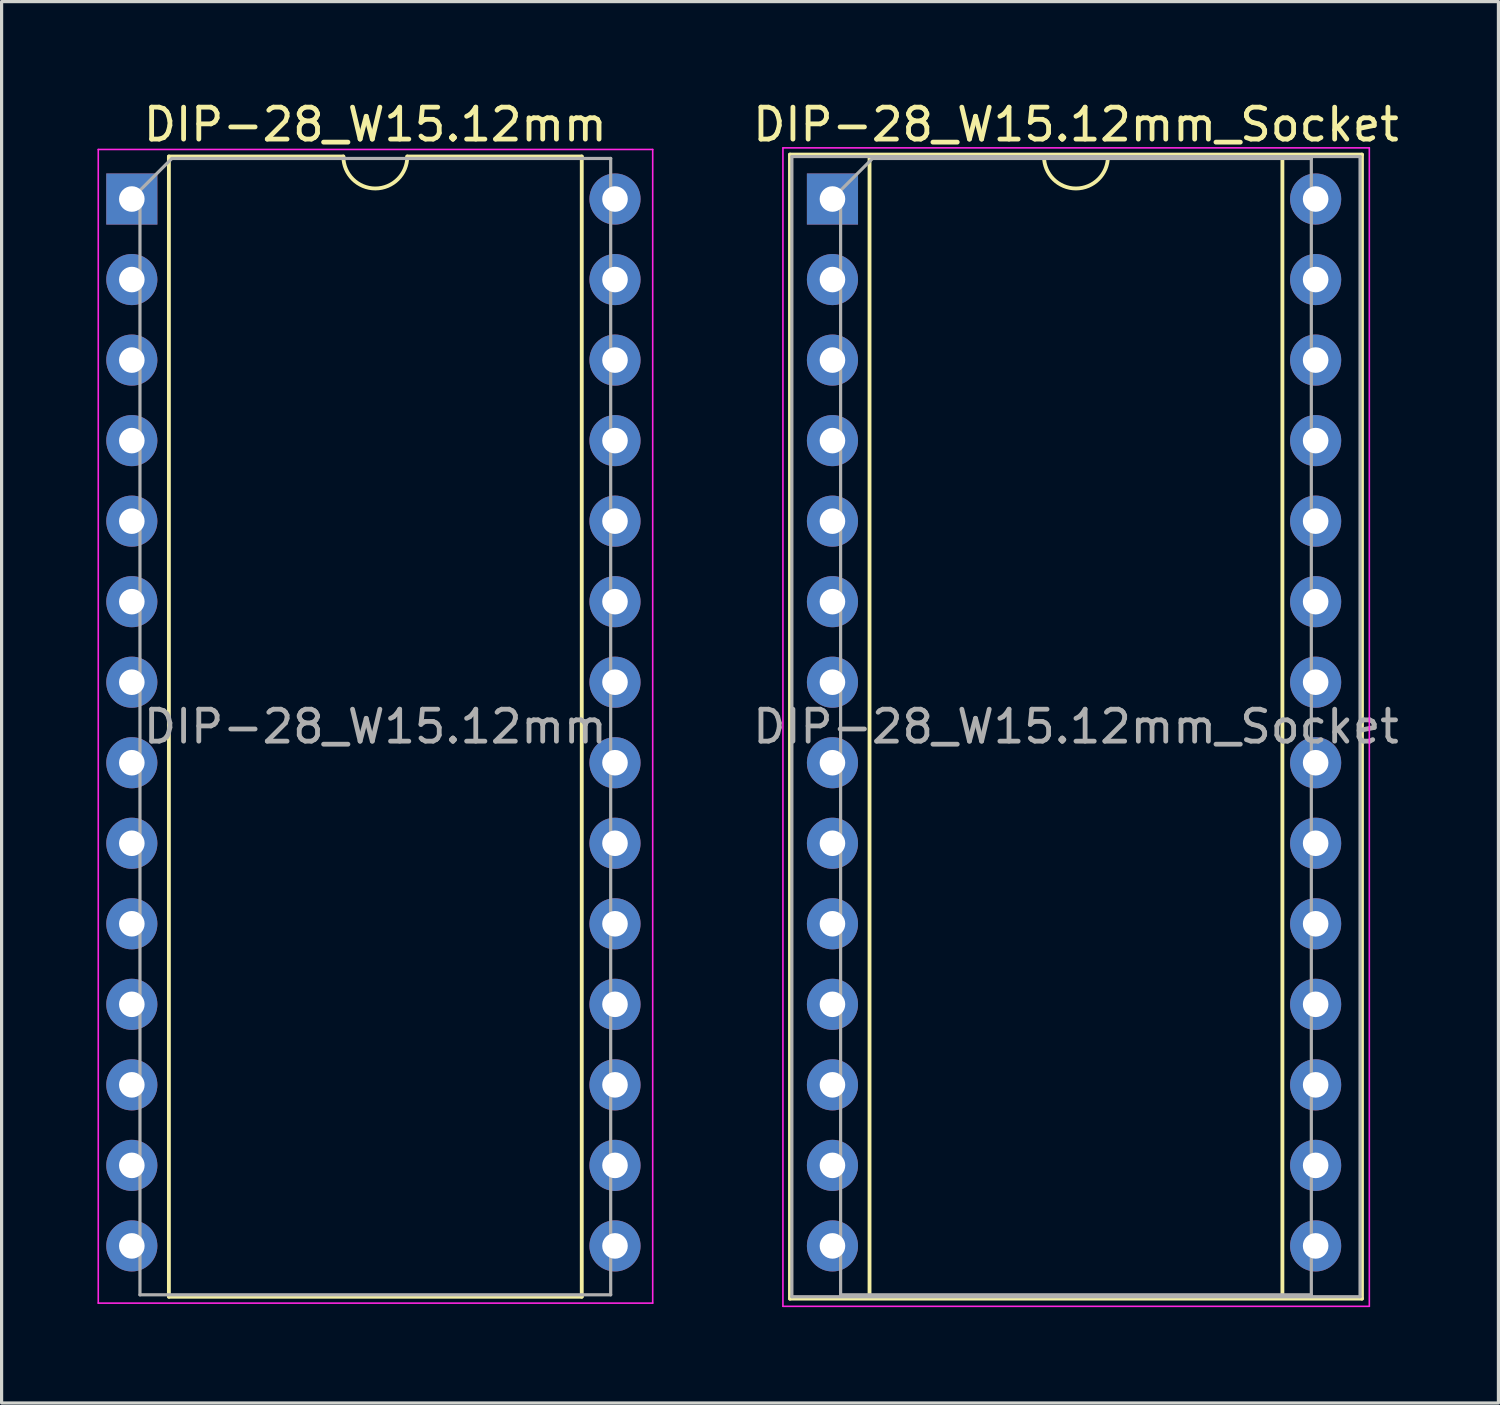
<source format=kicad_pcb>
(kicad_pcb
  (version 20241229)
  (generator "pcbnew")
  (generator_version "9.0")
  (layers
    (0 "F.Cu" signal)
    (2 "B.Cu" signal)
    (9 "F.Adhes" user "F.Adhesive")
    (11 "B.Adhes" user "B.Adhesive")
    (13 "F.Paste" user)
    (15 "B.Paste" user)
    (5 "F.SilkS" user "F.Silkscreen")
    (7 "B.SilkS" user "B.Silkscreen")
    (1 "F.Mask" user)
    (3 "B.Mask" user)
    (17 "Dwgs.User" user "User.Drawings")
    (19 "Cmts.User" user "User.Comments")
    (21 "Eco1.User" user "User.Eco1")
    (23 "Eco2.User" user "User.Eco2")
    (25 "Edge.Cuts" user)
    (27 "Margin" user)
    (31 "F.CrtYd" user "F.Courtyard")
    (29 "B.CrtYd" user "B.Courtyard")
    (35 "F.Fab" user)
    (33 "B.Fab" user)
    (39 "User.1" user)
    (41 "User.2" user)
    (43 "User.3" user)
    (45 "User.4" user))
  (footprint "DIP-28_W15.12mm_Socket"
    (layer "F.Cu")
    (at 23 3.178)
    (property "Reference" "DIP-28_W15.12mm_Socket" (at 7.62 -2.33 0) (layer "F.SilkS") (effects (font (size 1 1) (thickness 0.15))))
    (attr through_hole)
    (fp_line (start -1.33 -1.39) (end -1.33 34.41) (stroke (width 0.12) (type solid)) (layer "F.SilkS"))
    (fp_line (start -1.33 34.41) (end 16.57 34.41) (stroke (width 0.12) (type solid)) (layer "F.SilkS"))
    (fp_line (start 1.16 -1.33) (end 1.16 34.35) (stroke (width 0.12) (type solid)) (layer "F.SilkS"))
    (fp_line (start 1.16 34.35) (end 14.08 34.35) (stroke (width 0.12) (type solid)) (layer "F.SilkS"))
    (fp_line (start 6.62 -1.33) (end 1.16 -1.33) (stroke (width 0.12) (type solid)) (layer "F.SilkS"))
    (fp_line (start 14.08 -1.33) (end 8.62 -1.33) (stroke (width 0.12) (type solid)) (layer "F.SilkS"))
    (fp_line (start 14.08 34.35) (end 14.08 -1.33) (stroke (width 0.12) (type solid)) (layer "F.SilkS"))
    (fp_line (start 16.57 -1.39) (end -1.33 -1.39) (stroke (width 0.12) (type solid)) (layer "F.SilkS"))
    (fp_line (start 16.57 34.41) (end 16.57 -1.39) (stroke (width 0.12) (type solid)) (layer "F.SilkS"))
    (fp_arc (start 8.62 -1.33) (mid 7.62 -0.33) (end 6.62 -1.33) (stroke (width 0.12) (type solid)) (layer "F.SilkS"))
    (fp_line (start -1.55 -1.6) (end -1.55 34.65) (stroke (width 0.05) (type solid)) (layer "F.CrtYd"))
    (fp_line (start -1.55 34.65) (end 16.8 34.65) (stroke (width 0.05) (type solid)) (layer "F.CrtYd"))
    (fp_line (start 16.8 -1.6) (end -1.55 -1.6) (stroke (width 0.05) (type solid)) (layer "F.CrtYd"))
    (fp_line (start 16.8 34.65) (end 16.8 -1.6) (stroke (width 0.05) (type solid)) (layer "F.CrtYd"))
    (fp_line (start -1.27 -1.33) (end -1.27 34.35) (stroke (width 0.1) (type solid)) (layer "F.Fab"))
    (fp_line (start -1.27 34.35) (end 16.51 34.35) (stroke (width 0.1) (type solid)) (layer "F.Fab"))
    (fp_line (start 0.255 -0.27) (end 1.255 -1.27) (stroke (width 0.1) (type solid)) (layer "F.Fab"))
    (fp_line (start 0.255 34.29) (end 0.255 -0.27) (stroke (width 0.1) (type solid)) (layer "F.Fab"))
    (fp_line (start 1.255 -1.27) (end 14.985 -1.27) (stroke (width 0.1) (type solid)) (layer "F.Fab"))
    (fp_line (start 14.985 -1.27) (end 14.985 34.29) (stroke (width 0.1) (type solid)) (layer "F.Fab"))
    (fp_line (start 14.985 34.29) (end 0.255 34.29) (stroke (width 0.1) (type solid)) (layer "F.Fab"))
    (fp_line (start 16.51 -1.33) (end -1.27 -1.33) (stroke (width 0.1) (type solid)) (layer "F.Fab"))
    (fp_line (start 16.51 34.35) (end 16.51 -1.33) (stroke (width 0.1) (type solid)) (layer "F.Fab"))
    (fp_text user "${REFERENCE}" (at 7.62 16.51 0) (layer "F.Fab") (effects (font (size 1 1) (thickness 0.15))))
    (pad "1" thru_hole rect (at 0 0) (size 1.6 1.6) (drill 0.8) (layers "*.Cu" "*.Mask"))
    (pad "2" thru_hole oval (at 0 2.52) (size 1.6 1.6) (drill 0.8) (layers "*.Cu" "*.Mask"))
    (pad "3" thru_hole oval (at 0 5.04) (size 1.6 1.6) (drill 0.8) (layers "*.Cu" "*.Mask"))
    (pad "4" thru_hole oval (at 0 7.56) (size 1.6 1.6) (drill 0.8) (layers "*.Cu" "*.Mask"))
    (pad "5" thru_hole oval (at 0 10.08) (size 1.6 1.6) (drill 0.8) (layers "*.Cu" "*.Mask"))
    (pad "6" thru_hole oval (at 0 12.6) (size 1.6 1.6) (drill 0.8) (layers "*.Cu" "*.Mask"))
    (pad "7" thru_hole oval (at 0 15.12) (size 1.6 1.6) (drill 0.8) (layers "*.Cu" "*.Mask"))
    (pad "8" thru_hole oval (at 0 17.64) (size 1.6 1.6) (drill 0.8) (layers "*.Cu" "*.Mask"))
    (pad "9" thru_hole oval (at 0 20.16) (size 1.6 1.6) (drill 0.8) (layers "*.Cu" "*.Mask"))
    (pad "10" thru_hole oval (at 0 22.68) (size 1.6 1.6) (drill 0.8) (layers "*.Cu" "*.Mask"))
    (pad "11" thru_hole oval (at 0 25.2) (size 1.6 1.6) (drill 0.8) (layers "*.Cu" "*.Mask"))
    (pad "12" thru_hole oval (at 0 27.72) (size 1.6 1.6) (drill 0.8) (layers "*.Cu" "*.Mask"))
    (pad "13" thru_hole oval (at 0 30.24) (size 1.6 1.6) (drill 0.8) (layers "*.Cu" "*.Mask"))
    (pad "14" thru_hole oval (at 0 32.76) (size 1.6 1.6) (drill 0.8) (layers "*.Cu" "*.Mask"))
    (pad "15" thru_hole oval (at 15.12 32.76) (size 1.6 1.6) (drill 0.8) (layers "*.Cu" "*.Mask"))
    (pad "16" thru_hole oval (at 15.12 30.24) (size 1.6 1.6) (drill 0.8) (layers "*.Cu" "*.Mask"))
    (pad "17" thru_hole oval (at 15.12 27.72) (size 1.6 1.6) (drill 0.8) (layers "*.Cu" "*.Mask"))
    (pad "18" thru_hole oval (at 15.12 25.2) (size 1.6 1.6) (drill 0.8) (layers "*.Cu" "*.Mask"))
    (pad "19" thru_hole oval (at 15.12 22.68) (size 1.6 1.6) (drill 0.8) (layers "*.Cu" "*.Mask"))
    (pad "20" thru_hole oval (at 15.12 20.16) (size 1.6 1.6) (drill 0.8) (layers "*.Cu" "*.Mask"))
    (pad "21" thru_hole oval (at 15.12 17.64) (size 1.6 1.6) (drill 0.8) (layers "*.Cu" "*.Mask"))
    (pad "22" thru_hole oval (at 15.12 15.12) (size 1.6 1.6) (drill 0.8) (layers "*.Cu" "*.Mask"))
    (pad "23" thru_hole oval (at 15.12 12.6) (size 1.6 1.6) (drill 0.8) (layers "*.Cu" "*.Mask"))
    (pad "24" thru_hole oval (at 15.12 10.08) (size 1.6 1.6) (drill 0.8) (layers "*.Cu" "*.Mask"))
    (pad "25" thru_hole oval (at 15.12 7.56) (size 1.6 1.6) (drill 0.8) (layers "*.Cu" "*.Mask"))
    (pad "26" thru_hole oval (at 15.12 5.04) (size 1.6 1.6) (drill 0.8) (layers "*.Cu" "*.Mask"))
    (pad "27" thru_hole oval (at 15.12 2.52) (size 1.6 1.6) (drill 0.8) (layers "*.Cu" "*.Mask"))
    (pad "28" thru_hole oval (at 15.12 0) (size 1.6 1.6) (drill 0.8) (layers "*.Cu" "*.Mask")))
  (footprint "DIP-28_W15.12mm"
    (layer "F.Cu")
    (at 1.075 3.178)
    (property "Reference" "DIP-28_W15.12mm" (at 7.62 -2.33 0) (layer "F.SilkS") (effects (font (size 1 1) (thickness 0.15))))
    (attr through_hole)
    (fp_line (start 1.16 -1.33) (end 1.16 34.35) (stroke (width 0.12) (type solid)) (layer "F.SilkS"))
    (fp_line (start 1.16 34.35) (end 14.08 34.35) (stroke (width 0.12) (type solid)) (layer "F.SilkS"))
    (fp_line (start 6.62 -1.33) (end 1.16 -1.33) (stroke (width 0.12) (type solid)) (layer "F.SilkS"))
    (fp_line (start 14.08 -1.33) (end 8.62 -1.33) (stroke (width 0.12) (type solid)) (layer "F.SilkS"))
    (fp_line (start 14.08 34.35) (end 14.08 -1.33) (stroke (width 0.12) (type solid)) (layer "F.SilkS"))
    (fp_arc (start 8.62 -1.33) (mid 7.62 -0.33) (end 6.62 -1.33) (stroke (width 0.12) (type solid)) (layer "F.SilkS"))
    (fp_line (start -1.05 -1.55) (end -1.05 34.55) (stroke (width 0.05) (type solid)) (layer "F.CrtYd"))
    (fp_line (start -1.05 34.55) (end 16.3 34.55) (stroke (width 0.05) (type solid)) (layer "F.CrtYd"))
    (fp_line (start 16.3 -1.55) (end -1.05 -1.55) (stroke (width 0.05) (type solid)) (layer "F.CrtYd"))
    (fp_line (start 16.3 34.55) (end 16.3 -1.55) (stroke (width 0.05) (type solid)) (layer "F.CrtYd"))
    (fp_line (start 0.255 -0.27) (end 1.255 -1.27) (stroke (width 0.1) (type solid)) (layer "F.Fab"))
    (fp_line (start 0.255 34.29) (end 0.255 -0.27) (stroke (width 0.1) (type solid)) (layer "F.Fab"))
    (fp_line (start 1.255 -1.27) (end 14.985 -1.27) (stroke (width 0.1) (type solid)) (layer "F.Fab"))
    (fp_line (start 14.985 -1.27) (end 14.985 34.29) (stroke (width 0.1) (type solid)) (layer "F.Fab"))
    (fp_line (start 14.985 34.29) (end 0.255 34.29) (stroke (width 0.1) (type solid)) (layer "F.Fab"))
    (fp_text user "${REFERENCE}" (at 7.62 16.51 0) (layer "F.Fab") (effects (font (size 1 1) (thickness 0.15))))
    (pad "1" thru_hole rect (at 0 0) (size 1.6 1.6) (drill 0.8) (layers "*.Cu" "*.Mask"))
    (pad "2" thru_hole oval (at 0 2.52) (size 1.6 1.6) (drill 0.8) (layers "*.Cu" "*.Mask"))
    (pad "3" thru_hole oval (at 0 5.04) (size 1.6 1.6) (drill 0.8) (layers "*.Cu" "*.Mask"))
    (pad "4" thru_hole oval (at 0 7.56) (size 1.6 1.6) (drill 0.8) (layers "*.Cu" "*.Mask"))
    (pad "5" thru_hole oval (at 0 10.08) (size 1.6 1.6) (drill 0.8) (layers "*.Cu" "*.Mask"))
    (pad "6" thru_hole oval (at 0 12.6) (size 1.6 1.6) (drill 0.8) (layers "*.Cu" "*.Mask"))
    (pad "7" thru_hole oval (at 0 15.12) (size 1.6 1.6) (drill 0.8) (layers "*.Cu" "*.Mask"))
    (pad "8" thru_hole oval (at 0 17.64) (size 1.6 1.6) (drill 0.8) (layers "*.Cu" "*.Mask"))
    (pad "9" thru_hole oval (at 0 20.16) (size 1.6 1.6) (drill 0.8) (layers "*.Cu" "*.Mask"))
    (pad "10" thru_hole oval (at 0 22.68) (size 1.6 1.6) (drill 0.8) (layers "*.Cu" "*.Mask"))
    (pad "11" thru_hole oval (at 0 25.2) (size 1.6 1.6) (drill 0.8) (layers "*.Cu" "*.Mask"))
    (pad "12" thru_hole oval (at 0 27.72) (size 1.6 1.6) (drill 0.8) (layers "*.Cu" "*.Mask"))
    (pad "13" thru_hole oval (at 0 30.24) (size 1.6 1.6) (drill 0.8) (layers "*.Cu" "*.Mask"))
    (pad "14" thru_hole oval (at 0 32.76) (size 1.6 1.6) (drill 0.8) (layers "*.Cu" "*.Mask"))
    (pad "15" thru_hole oval (at 15.12 32.76) (size 1.6 1.6) (drill 0.8) (layers "*.Cu" "*.Mask"))
    (pad "16" thru_hole oval (at 15.12 30.24) (size 1.6 1.6) (drill 0.8) (layers "*.Cu" "*.Mask"))
    (pad "17" thru_hole oval (at 15.12 27.72) (size 1.6 1.6) (drill 0.8) (layers "*.Cu" "*.Mask"))
    (pad "18" thru_hole oval (at 15.12 25.2) (size 1.6 1.6) (drill 0.8) (layers "*.Cu" "*.Mask"))
    (pad "19" thru_hole oval (at 15.12 22.68) (size 1.6 1.6) (drill 0.8) (layers "*.Cu" "*.Mask"))
    (pad "20" thru_hole oval (at 15.12 20.16) (size 1.6 1.6) (drill 0.8) (layers "*.Cu" "*.Mask"))
    (pad "21" thru_hole oval (at 15.12 17.64) (size 1.6 1.6) (drill 0.8) (layers "*.Cu" "*.Mask"))
    (pad "22" thru_hole oval (at 15.12 15.12) (size 1.6 1.6) (drill 0.8) (layers "*.Cu" "*.Mask"))
    (pad "23" thru_hole oval (at 15.12 12.6) (size 1.6 1.6) (drill 0.8) (layers "*.Cu" "*.Mask"))
    (pad "24" thru_hole oval (at 15.12 10.08) (size 1.6 1.6) (drill 0.8) (layers "*.Cu" "*.Mask"))
    (pad "25" thru_hole oval (at 15.12 7.56) (size 1.6 1.6) (drill 0.8) (layers "*.Cu" "*.Mask"))
    (pad "26" thru_hole oval (at 15.12 5.04) (size 1.6 1.6) (drill 0.8) (layers "*.Cu" "*.Mask"))
    (pad "27" thru_hole oval (at 15.12 2.52) (size 1.6 1.6) (drill 0.8) (layers "*.Cu" "*.Mask"))
    (pad "28" thru_hole oval (at 15.12 0) (size 1.6 1.6) (drill 0.8) (layers "*.Cu" "*.Mask")))
  (gr_rect
    (start -3 -3)
    (end 43.84 40.853)
    (stroke (width 0.1) (type default))
    (fill no)
    (layer "Edge.Cuts")))
</source>
